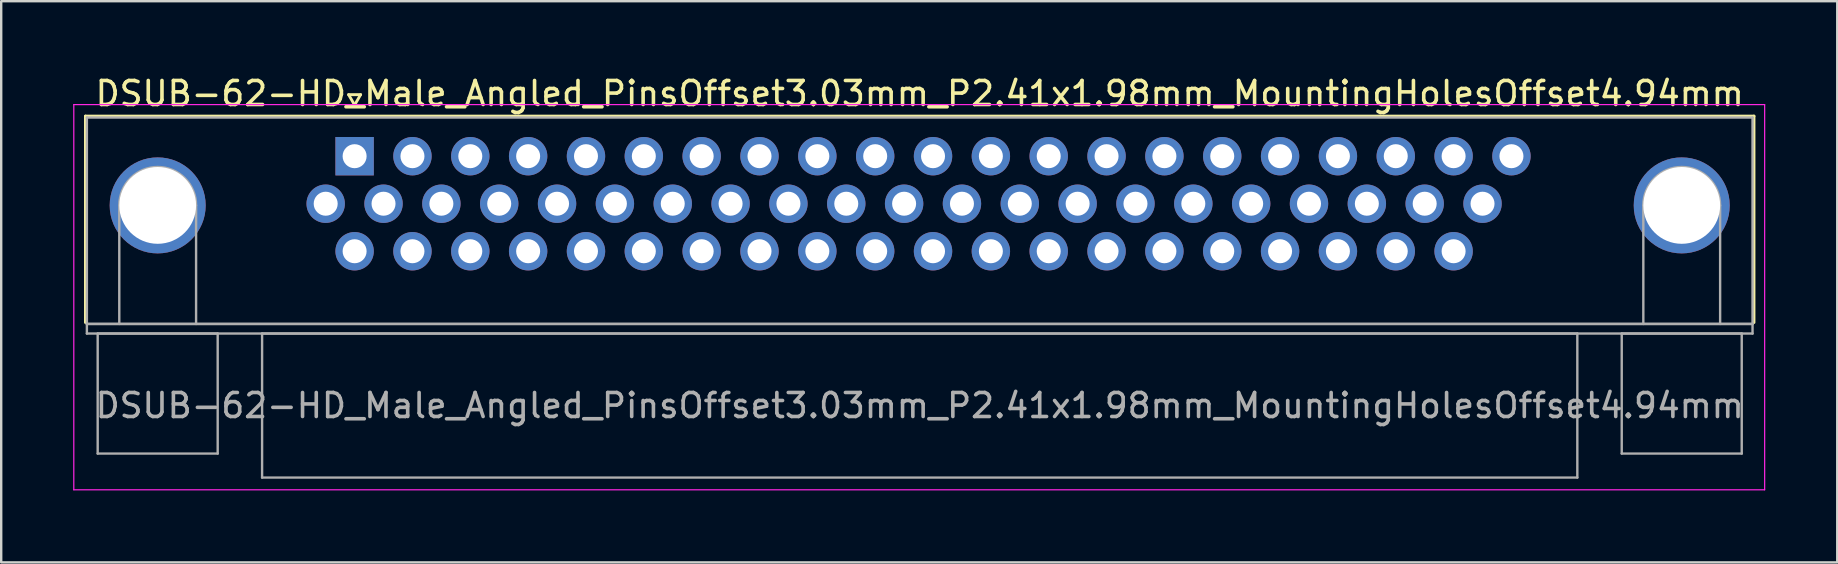
<source format=kicad_pcb>
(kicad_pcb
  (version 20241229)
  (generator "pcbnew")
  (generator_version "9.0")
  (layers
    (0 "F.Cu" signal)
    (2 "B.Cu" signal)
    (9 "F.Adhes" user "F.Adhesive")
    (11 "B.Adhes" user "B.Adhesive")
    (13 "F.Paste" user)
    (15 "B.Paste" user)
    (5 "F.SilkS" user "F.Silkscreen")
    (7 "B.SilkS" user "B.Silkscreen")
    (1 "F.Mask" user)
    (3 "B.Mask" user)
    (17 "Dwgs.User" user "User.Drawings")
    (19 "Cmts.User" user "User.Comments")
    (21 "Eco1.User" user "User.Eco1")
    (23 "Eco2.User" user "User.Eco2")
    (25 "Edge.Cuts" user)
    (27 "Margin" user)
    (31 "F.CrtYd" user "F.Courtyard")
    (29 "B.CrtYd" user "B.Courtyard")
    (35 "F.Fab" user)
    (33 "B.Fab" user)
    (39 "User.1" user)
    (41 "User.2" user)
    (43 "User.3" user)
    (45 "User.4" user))
  (footprint "DSUB-62-HD_Male_Angled_PinsOffset3.03mm_P2.41x1.98mm_MountingHolesOffset4.94mm"
    (layer "F.Cu")
    (at 11.725 3.458)
    (property "Reference" "DSUB-62-HD_Male_Angled_PinsOffset3.03mm_P2.41x1.98mm_MountingHolesOffset4.94mm" (at 23.545 -2.61 0) (layer "F.SilkS") (effects (font (size 1 1) (thickness 0.15))))
    (attr through_hole)
    (fp_line (start -11.215 -1.67) (end 58.305 -1.67) (stroke (width 0.12) (type solid)) (layer "F.SilkS"))
    (fp_line (start -11.215 6.93) (end -11.215 -1.67) (stroke (width 0.12) (type solid)) (layer "F.SilkS"))
    (fp_line (start -0.25 -2.564) (end 0.25 -2.564) (stroke (width 0.12) (type solid)) (layer "F.SilkS"))
    (fp_line (start 0 -2.131) (end -0.25 -2.564) (stroke (width 0.12) (type solid)) (layer "F.SilkS"))
    (fp_line (start 0.25 -2.564) (end 0 -2.131) (stroke (width 0.12) (type solid)) (layer "F.SilkS"))
    (fp_line (start 58.305 -1.67) (end 58.305 6.93) (stroke (width 0.12) (type solid)) (layer "F.SilkS"))
    (fp_line (start -11.7 -2.15) (end -11.7 13.9) (stroke (width 0.05) (type solid)) (layer "F.CrtYd"))
    (fp_line (start -11.7 13.9) (end 58.75 13.9) (stroke (width 0.05) (type solid)) (layer "F.CrtYd"))
    (fp_line (start 58.75 -2.15) (end -11.7 -2.15) (stroke (width 0.05) (type solid)) (layer "F.CrtYd"))
    (fp_line (start 58.75 13.9) (end 58.75 -2.15) (stroke (width 0.05) (type solid)) (layer "F.CrtYd"))
    (fp_line (start -11.155 -1.61) (end -11.155 6.99) (stroke (width 0.1) (type solid)) (layer "F.Fab"))
    (fp_line (start -11.155 6.99) (end -11.155 7.39) (stroke (width 0.1) (type solid)) (layer "F.Fab"))
    (fp_line (start -11.155 6.99) (end 58.245 6.99) (stroke (width 0.1) (type solid)) (layer "F.Fab"))
    (fp_line (start -11.155 7.39) (end 58.245 7.39) (stroke (width 0.1) (type solid)) (layer "F.Fab"))
    (fp_line (start -10.705 7.39) (end -10.705 12.39) (stroke (width 0.1) (type solid)) (layer "F.Fab"))
    (fp_line (start -10.705 12.39) (end -5.705 12.39) (stroke (width 0.1) (type solid)) (layer "F.Fab"))
    (fp_line (start -9.805 6.99) (end -9.805 2.05) (stroke (width 0.1) (type solid)) (layer "F.Fab"))
    (fp_line (start -6.605 6.99) (end -6.605 2.05) (stroke (width 0.1) (type solid)) (layer "F.Fab"))
    (fp_line (start -5.705 7.39) (end -10.705 7.39) (stroke (width 0.1) (type solid)) (layer "F.Fab"))
    (fp_line (start -5.705 12.39) (end -5.705 7.39) (stroke (width 0.1) (type solid)) (layer "F.Fab"))
    (fp_line (start -3.855 7.39) (end -3.855 13.39) (stroke (width 0.1) (type solid)) (layer "F.Fab"))
    (fp_line (start -3.855 13.39) (end 50.945 13.39) (stroke (width 0.1) (type solid)) (layer "F.Fab"))
    (fp_line (start 50.945 7.39) (end -3.855 7.39) (stroke (width 0.1) (type solid)) (layer "F.Fab"))
    (fp_line (start 50.945 13.39) (end 50.945 7.39) (stroke (width 0.1) (type solid)) (layer "F.Fab"))
    (fp_line (start 52.795 7.39) (end 52.795 12.39) (stroke (width 0.1) (type solid)) (layer "F.Fab"))
    (fp_line (start 52.795 12.39) (end 57.795 12.39) (stroke (width 0.1) (type solid)) (layer "F.Fab"))
    (fp_line (start 53.695 6.99) (end 53.695 2.05) (stroke (width 0.1) (type solid)) (layer "F.Fab"))
    (fp_line (start 56.895 6.99) (end 56.895 2.05) (stroke (width 0.1) (type solid)) (layer "F.Fab"))
    (fp_line (start 57.795 7.39) (end 52.795 7.39) (stroke (width 0.1) (type solid)) (layer "F.Fab"))
    (fp_line (start 57.795 12.39) (end 57.795 7.39) (stroke (width 0.1) (type solid)) (layer "F.Fab"))
    (fp_line (start 58.245 -1.61) (end -11.155 -1.61) (stroke (width 0.1) (type solid)) (layer "F.Fab"))
    (fp_line (start 58.245 6.99) (end -11.155 6.99) (stroke (width 0.1) (type solid)) (layer "F.Fab"))
    (fp_line (start 58.245 6.99) (end 58.245 -1.61) (stroke (width 0.1) (type solid)) (layer "F.Fab"))
    (fp_line (start 58.245 7.39) (end 58.245 6.99) (stroke (width 0.1) (type solid)) (layer "F.Fab"))
    (fp_arc (start -9.805 2.05) (mid -8.205 0.45) (end -6.605 2.05) (stroke (width 0.1) (type solid)) (layer "F.Fab"))
    (fp_arc (start 53.695 2.05) (mid 55.295 0.45) (end 56.895 2.05) (stroke (width 0.1) (type solid)) (layer "F.Fab"))
    (fp_text user "${REFERENCE}" (at 23.545 10.39 0) (layer "F.Fab") (effects (font (size 1 1) (thickness 0.15))))
    (pad "0" thru_hole circle (at -8.205 2.05) (size 4 4) (drill 3.2) (layers "*.Cu" "*.Mask"))
    (pad "0" thru_hole circle (at 55.295 2.05) (size 4 4) (drill 3.2) (layers "*.Cu" "*.Mask"))
    (pad "1" thru_hole rect (at 0 0) (size 1.6 1.6) (drill 1) (layers "*.Cu" "*.Mask"))
    (pad "2" thru_hole circle (at 2.41 0) (size 1.6 1.6) (drill 1) (layers "*.Cu" "*.Mask"))
    (pad "3" thru_hole circle (at 4.82 0) (size 1.6 1.6) (drill 1) (layers "*.Cu" "*.Mask"))
    (pad "4" thru_hole circle (at 7.23 0) (size 1.6 1.6) (drill 1) (layers "*.Cu" "*.Mask"))
    (pad "5" thru_hole circle (at 9.64 0) (size 1.6 1.6) (drill 1) (layers "*.Cu" "*.Mask"))
    (pad "6" thru_hole circle (at 12.05 0) (size 1.6 1.6) (drill 1) (layers "*.Cu" "*.Mask"))
    (pad "7" thru_hole circle (at 14.46 0) (size 1.6 1.6) (drill 1) (layers "*.Cu" "*.Mask"))
    (pad "8" thru_hole circle (at 16.87 0) (size 1.6 1.6) (drill 1) (layers "*.Cu" "*.Mask"))
    (pad "9" thru_hole circle (at 19.28 0) (size 1.6 1.6) (drill 1) (layers "*.Cu" "*.Mask"))
    (pad "10" thru_hole circle (at 21.69 0) (size 1.6 1.6) (drill 1) (layers "*.Cu" "*.Mask"))
    (pad "11" thru_hole circle (at 24.1 0) (size 1.6 1.6) (drill 1) (layers "*.Cu" "*.Mask"))
    (pad "12" thru_hole circle (at 26.51 0) (size 1.6 1.6) (drill 1) (layers "*.Cu" "*.Mask"))
    (pad "13" thru_hole circle (at 28.92 0) (size 1.6 1.6) (drill 1) (layers "*.Cu" "*.Mask"))
    (pad "14" thru_hole circle (at 31.33 0) (size 1.6 1.6) (drill 1) (layers "*.Cu" "*.Mask"))
    (pad "15" thru_hole circle (at 33.74 0) (size 1.6 1.6) (drill 1) (layers "*.Cu" "*.Mask"))
    (pad "16" thru_hole circle (at 36.15 0) (size 1.6 1.6) (drill 1) (layers "*.Cu" "*.Mask"))
    (pad "17" thru_hole circle (at 38.56 0) (size 1.6 1.6) (drill 1) (layers "*.Cu" "*.Mask"))
    (pad "18" thru_hole circle (at 40.97 0) (size 1.6 1.6) (drill 1) (layers "*.Cu" "*.Mask"))
    (pad "19" thru_hole circle (at 43.38 0) (size 1.6 1.6) (drill 1) (layers "*.Cu" "*.Mask"))
    (pad "20" thru_hole circle (at 45.79 0) (size 1.6 1.6) (drill 1) (layers "*.Cu" "*.Mask"))
    (pad "21" thru_hole circle (at 48.2 0) (size 1.6 1.6) (drill 1) (layers "*.Cu" "*.Mask"))
    (pad "22" thru_hole circle (at -1.205 1.98) (size 1.6 1.6) (drill 1) (layers "*.Cu" "*.Mask"))
    (pad "23" thru_hole circle (at 1.205 1.98) (size 1.6 1.6) (drill 1) (layers "*.Cu" "*.Mask"))
    (pad "24" thru_hole circle (at 3.615 1.98) (size 1.6 1.6) (drill 1) (layers "*.Cu" "*.Mask"))
    (pad "25" thru_hole circle (at 6.025 1.98) (size 1.6 1.6) (drill 1) (layers "*.Cu" "*.Mask"))
    (pad "26" thru_hole circle (at 8.435 1.98) (size 1.6 1.6) (drill 1) (layers "*.Cu" "*.Mask"))
    (pad "27" thru_hole circle (at 10.845 1.98) (size 1.6 1.6) (drill 1) (layers "*.Cu" "*.Mask"))
    (pad "28" thru_hole circle (at 13.255 1.98) (size 1.6 1.6) (drill 1) (layers "*.Cu" "*.Mask"))
    (pad "29" thru_hole circle (at 15.665 1.98) (size 1.6 1.6) (drill 1) (layers "*.Cu" "*.Mask"))
    (pad "30" thru_hole circle (at 18.075 1.98) (size 1.6 1.6) (drill 1) (layers "*.Cu" "*.Mask"))
    (pad "31" thru_hole circle (at 20.485 1.98) (size 1.6 1.6) (drill 1) (layers "*.Cu" "*.Mask"))
    (pad "32" thru_hole circle (at 22.895 1.98) (size 1.6 1.6) (drill 1) (layers "*.Cu" "*.Mask"))
    (pad "33" thru_hole circle (at 25.305 1.98) (size 1.6 1.6) (drill 1) (layers "*.Cu" "*.Mask"))
    (pad "34" thru_hole circle (at 27.715 1.98) (size 1.6 1.6) (drill 1) (layers "*.Cu" "*.Mask"))
    (pad "35" thru_hole circle (at 30.125 1.98) (size 1.6 1.6) (drill 1) (layers "*.Cu" "*.Mask"))
    (pad "36" thru_hole circle (at 32.535 1.98) (size 1.6 1.6) (drill 1) (layers "*.Cu" "*.Mask"))
    (pad "37" thru_hole circle (at 34.945 1.98) (size 1.6 1.6) (drill 1) (layers "*.Cu" "*.Mask"))
    (pad "38" thru_hole circle (at 37.355 1.98) (size 1.6 1.6) (drill 1) (layers "*.Cu" "*.Mask"))
    (pad "39" thru_hole circle (at 39.765 1.98) (size 1.6 1.6) (drill 1) (layers "*.Cu" "*.Mask"))
    (pad "40" thru_hole circle (at 42.175 1.98) (size 1.6 1.6) (drill 1) (layers "*.Cu" "*.Mask"))
    (pad "41" thru_hole circle (at 44.585 1.98) (size 1.6 1.6) (drill 1) (layers "*.Cu" "*.Mask"))
    (pad "42" thru_hole circle (at 46.995 1.98) (size 1.6 1.6) (drill 1) (layers "*.Cu" "*.Mask"))
    (pad "43" thru_hole circle (at 0 3.96) (size 1.6 1.6) (drill 1) (layers "*.Cu" "*.Mask"))
    (pad "44" thru_hole circle (at 2.41 3.96) (size 1.6 1.6) (drill 1) (layers "*.Cu" "*.Mask"))
    (pad "45" thru_hole circle (at 4.82 3.96) (size 1.6 1.6) (drill 1) (layers "*.Cu" "*.Mask"))
    (pad "46" thru_hole circle (at 7.23 3.96) (size 1.6 1.6) (drill 1) (layers "*.Cu" "*.Mask"))
    (pad "47" thru_hole circle (at 9.64 3.96) (size 1.6 1.6) (drill 1) (layers "*.Cu" "*.Mask"))
    (pad "48" thru_hole circle (at 12.05 3.96) (size 1.6 1.6) (drill 1) (layers "*.Cu" "*.Mask"))
    (pad "49" thru_hole circle (at 14.46 3.96) (size 1.6 1.6) (drill 1) (layers "*.Cu" "*.Mask"))
    (pad "50" thru_hole circle (at 16.87 3.96) (size 1.6 1.6) (drill 1) (layers "*.Cu" "*.Mask"))
    (pad "51" thru_hole circle (at 19.28 3.96) (size 1.6 1.6) (drill 1) (layers "*.Cu" "*.Mask"))
    (pad "52" thru_hole circle (at 21.69 3.96) (size 1.6 1.6) (drill 1) (layers "*.Cu" "*.Mask"))
    (pad "53" thru_hole circle (at 24.1 3.96) (size 1.6 1.6) (drill 1) (layers "*.Cu" "*.Mask"))
    (pad "54" thru_hole circle (at 26.51 3.96) (size 1.6 1.6) (drill 1) (layers "*.Cu" "*.Mask"))
    (pad "55" thru_hole circle (at 28.92 3.96) (size 1.6 1.6) (drill 1) (layers "*.Cu" "*.Mask"))
    (pad "56" thru_hole circle (at 31.33 3.96) (size 1.6 1.6) (drill 1) (layers "*.Cu" "*.Mask"))
    (pad "57" thru_hole circle (at 33.74 3.96) (size 1.6 1.6) (drill 1) (layers "*.Cu" "*.Mask"))
    (pad "58" thru_hole circle (at 36.15 3.96) (size 1.6 1.6) (drill 1) (layers "*.Cu" "*.Mask"))
    (pad "59" thru_hole circle (at 38.56 3.96) (size 1.6 1.6) (drill 1) (layers "*.Cu" "*.Mask"))
    (pad "60" thru_hole circle (at 40.97 3.96) (size 1.6 1.6) (drill 1) (layers "*.Cu" "*.Mask"))
    (pad "61" thru_hole circle (at 43.38 3.96) (size 1.6 1.6) (drill 1) (layers "*.Cu" "*.Mask"))
    (pad "62" thru_hole circle (at 45.79 3.96) (size 1.6 1.6) (drill 1) (layers "*.Cu" "*.Mask")))
  (gr_rect
    (start -3 -3)
    (end 73.5 20.383)
    (stroke (width 0.1) (type default))
    (fill no)
    (layer "Edge.Cuts")))
</source>
